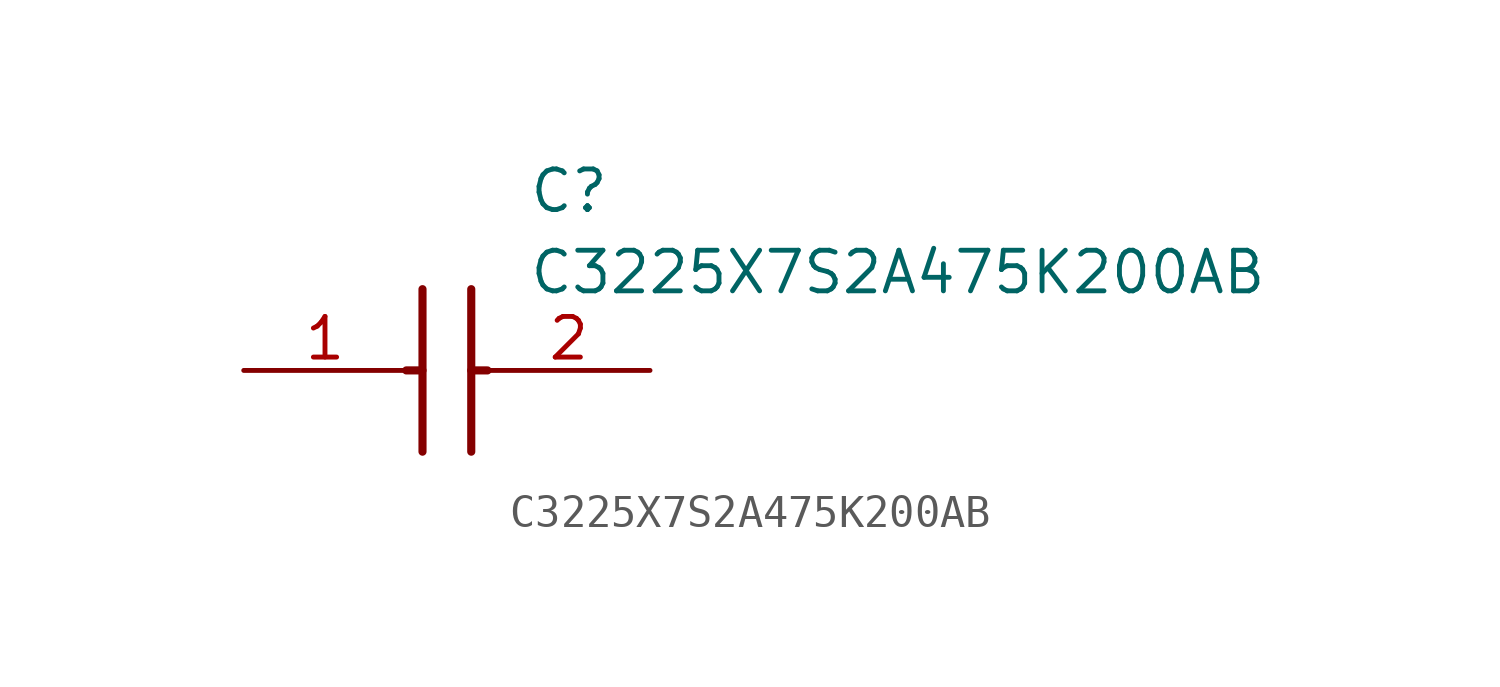
<source format=kicad_sym>
(kicad_symbol_lib
  (version 20211014)
  (generator SamacSys_ECAD_Model)
  (symbol "C3225X7S2A475K200AB"
    (pin_names hide)
    (property "Reference" "C"
      (at 8.89 6.35 0)
      (effects (font (size 1.27 1.27)) (justify left top)))
    (property "Value" "C3225X7S2A475K200AB"
      (at 8.89 3.81 0)
      (effects (font (size 1.27 1.27)) (justify left top)))
    (polyline
      (pts (xy 5.588 2.54) (xy 5.588 -2.54))
      (stroke (width 0.254) (type default))
      (fill (type none)))
    (polyline
      (pts (xy 7.112 2.54) (xy 7.112 -2.54))
      (stroke (width 0.254) (type default))
      (fill (type none)))
    (polyline
      (pts (xy 5.08 0) (xy 5.588 0))
      (stroke (width 0.254) (type default))
      (fill (type none)))
    (polyline
      (pts (xy 7.112 0) (xy 7.62 0))
      (stroke (width 0.254) (type default))
      (fill (type none)))
    (pin passive line
      (at 0 0 0)
      (length 5.08)
      (name "1" (effects (font (size 1.27 1.27))))
      (number "1" (effects (font (size 1.27 1.27)))))
    (pin passive line
      (at 12.7 0 180)
      (length 5.08)
      (name "2" (effects (font (size 1.27 1.27))))
      (number "2" (effects (font (size 1.27 1.27)))))))
</source>
